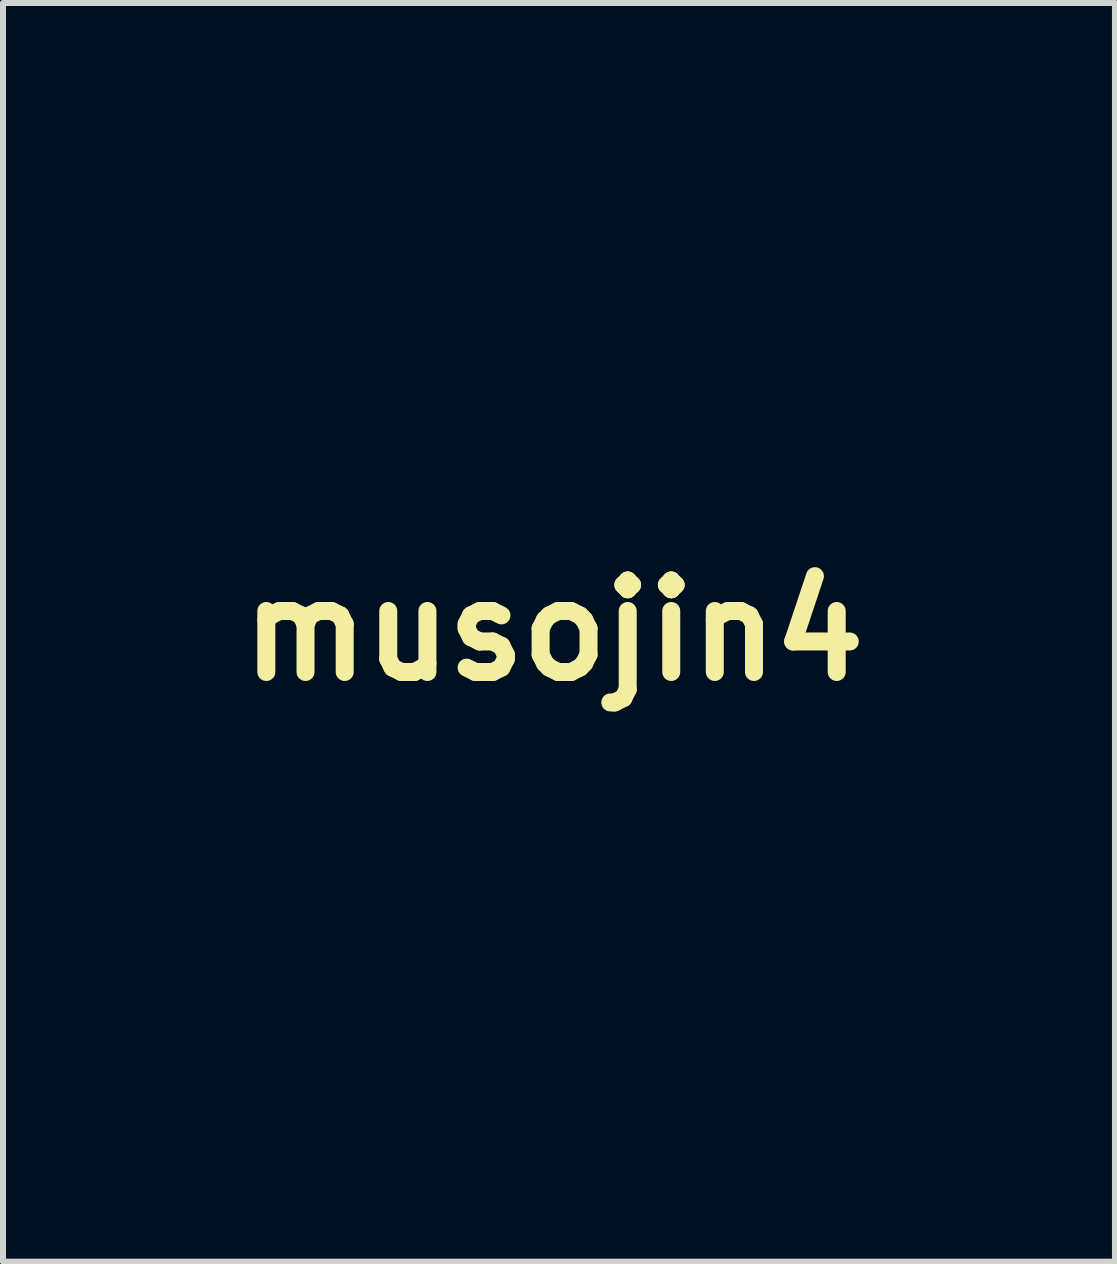
<source format=kicad_pcb>
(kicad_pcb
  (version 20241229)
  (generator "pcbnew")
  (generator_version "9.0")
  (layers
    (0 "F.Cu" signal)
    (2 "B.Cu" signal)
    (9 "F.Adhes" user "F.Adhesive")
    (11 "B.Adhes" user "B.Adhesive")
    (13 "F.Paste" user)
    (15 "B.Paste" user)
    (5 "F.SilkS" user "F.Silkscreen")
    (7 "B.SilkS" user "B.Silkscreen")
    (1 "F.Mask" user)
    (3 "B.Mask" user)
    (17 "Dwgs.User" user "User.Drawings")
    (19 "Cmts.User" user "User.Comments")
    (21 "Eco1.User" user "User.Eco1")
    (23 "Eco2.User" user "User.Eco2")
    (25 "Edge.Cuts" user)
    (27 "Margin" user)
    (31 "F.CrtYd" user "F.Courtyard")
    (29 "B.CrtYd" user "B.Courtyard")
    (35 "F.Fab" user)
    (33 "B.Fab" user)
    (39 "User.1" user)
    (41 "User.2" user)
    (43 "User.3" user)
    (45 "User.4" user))
  (footprint "musojin4"
    (layer "F.Cu")
    (at 6.179 7.461)
    (property "Reference" "musojin4" (at 0 0 0) (layer "F.SilkS") (effects (font (size 1.524 1.524) (thickness 0.3))))
    (attr through_hole)
    (fp_poly (pts (xy 4.798 6.858) (xy 4.865 6.858) (xy 4.91 6.863) (xy 4.928 6.873) (xy 4.919 6.886) (xy 4.884 6.897) (xy 4.858 6.9) (xy 4.796 6.905) (xy 4.796 7.035) (xy 4.798 7.116) (xy 4.805 7.17) (xy 4.821 7.2) (xy 4.847 7.211) (xy 4.887 7.206) (xy 4.923 7.195) (xy 4.938 7.192) (xy 4.931 7.203) (xy 4.911 7.223) (xy 4.857 7.254) (xy 4.797 7.26) (xy 4.744 7.244) (xy 4.721 7.228) (xy 4.706 7.21) (xy 4.697 7.182) (xy 4.693 7.137) (xy 4.692 7.071) (xy 4.692 7.049) (xy 4.692 6.905) (xy 4.594 6.895) (xy 4.654 6.864) (xy 4.714 6.817) (xy 4.751 6.767) (xy 4.789 6.701) (xy 4.798 6.858)) (stroke (width 0.01) (type solid)) (fill no) (layer "Eco2.User"))
    (fp_poly (pts (xy 4.474 6.874) (xy 4.515 6.898) (xy 4.537 6.93) (xy 4.539 6.954) (xy 4.525 6.984) (xy 4.499 6.99) (xy 4.468 6.975) (xy 4.44 6.941) (xy 4.407 6.9) (xy 4.375 6.888) (xy 4.345 6.905) (xy 4.325 6.94) (xy 4.307 6.997) (xy 4.306 7.052) (xy 4.319 7.116) (xy 4.345 7.17) (xy 4.383 7.202) (xy 4.427 7.212) (xy 4.471 7.198) (xy 4.508 7.16) (xy 4.51 7.156) (xy 4.532 7.124) (xy 4.548 7.113) (xy 4.553 7.125) (xy 4.549 7.146) (xy 4.519 7.199) (xy 4.469 7.237) (xy 4.406 7.256) (xy 4.338 7.255) (xy 4.292 7.24) (xy 4.236 7.2) (xy 4.2 7.146) (xy 4.185 7.082) (xy 4.191 7.017) (xy 4.216 6.956) (xy 4.262 6.905) (xy 4.302 6.881) (xy 4.361 6.864) (xy 4.42 6.862) (xy 4.474 6.874)) (stroke (width 0.01) (type solid)) (fill no) (layer "Eco2.User"))
    (fp_poly (pts (xy -1.26 6.864) (xy -1.192 6.885) (xy -1.138 6.924) (xy -1.101 6.98) (xy -1.087 7.049) (xy -1.087 7.052) (xy -1.1 7.12) (xy -1.137 7.178) (xy -1.192 7.223) (xy -1.258 7.252) (xy -1.33 7.26) (xy -1.403 7.246) (xy -1.413 7.241) (xy -1.475 7.199) (xy -1.512 7.139) (xy -1.524 7.072) (xy -1.522 7.061) (xy -1.402 7.061) (xy -1.398 7.102) (xy -1.38 7.164) (xy -1.352 7.207) (xy -1.316 7.227) (xy -1.277 7.223) (xy -1.246 7.2) (xy -1.226 7.16) (xy -1.217 7.102) (xy -1.218 7.038) (xy -1.229 6.979) (xy -1.249 6.938) (xy -1.287 6.901) (xy -1.324 6.892) (xy -1.357 6.906) (xy -1.382 6.941) (xy -1.398 6.993) (xy -1.402 7.061) (xy -1.522 7.061) (xy -1.513 6.993) (xy -1.48 6.933) (xy -1.423 6.891) (xy -1.415 6.887) (xy -1.336 6.864) (xy -1.26 6.864)) (stroke (width 0.01) (type solid)) (fill no) (layer "Eco2.User"))
    (fp_poly (pts (xy 5.269 6.864) (xy 5.337 6.885) (xy 5.392 6.924) (xy 5.428 6.98) (xy 5.443 7.049) (xy 5.443 7.052) (xy 5.429 7.12) (xy 5.392 7.178) (xy 5.338 7.223) (xy 5.271 7.252) (xy 5.199 7.26) (xy 5.127 7.246) (xy 5.116 7.241) (xy 5.054 7.199) (xy 5.017 7.139) (xy 5.005 7.072) (xy 5.007 7.061) (xy 5.127 7.061) (xy 5.131 7.102) (xy 5.149 7.164) (xy 5.178 7.207) (xy 5.214 7.227) (xy 5.252 7.223) (xy 5.283 7.2) (xy 5.303 7.16) (xy 5.313 7.102) (xy 5.312 7.038) (xy 5.3 6.979) (xy 5.28 6.938) (xy 5.242 6.901) (xy 5.205 6.892) (xy 5.173 6.906) (xy 5.147 6.941) (xy 5.131 6.993) (xy 5.127 7.061) (xy 5.007 7.061) (xy 5.016 6.993) (xy 5.05 6.933) (xy 5.107 6.891) (xy 5.115 6.887) (xy 5.194 6.864) (xy 5.269 6.864)) (stroke (width 0.01) (type solid)) (fill no) (layer "Eco2.User"))
    (fp_poly (pts (xy -1.594 6.869) (xy -1.567 6.896) (xy -1.558 6.932) (xy -1.569 6.966) (xy -1.588 6.983) (xy -1.612 6.991) (xy -1.635 6.976) (xy -1.643 6.966) (xy -1.666 6.935) (xy -1.678 6.914) (xy -1.69 6.906) (xy -1.713 6.922) (xy -1.727 6.942) (xy -1.737 6.973) (xy -1.743 7.021) (xy -1.746 7.082) (xy -1.748 7.146) (xy -1.747 7.186) (xy -1.743 7.209) (xy -1.732 7.222) (xy -1.715 7.23) (xy -1.712 7.231) (xy -1.684 7.244) (xy -1.673 7.254) (xy -1.687 7.257) (xy -1.724 7.26) (xy -1.777 7.261) (xy -1.8 7.261) (xy -1.858 7.26) (xy -1.902 7.256) (xy -1.925 7.251) (xy -1.927 7.248) (xy -1.915 7.234) (xy -1.899 7.228) (xy -1.881 7.216) (xy -1.871 7.19) (xy -1.865 7.14) (xy -1.865 7.14) (xy -1.862 7.047) (xy -1.866 6.973) (xy -1.876 6.921) (xy -1.894 6.894) (xy -1.9 6.892) (xy -1.926 6.881) (xy -1.925 6.87) (xy -1.9 6.862) (xy -1.855 6.858) (xy -1.845 6.858) (xy -1.798 6.859) (xy -1.773 6.865) (xy -1.764 6.877) (xy -1.763 6.888) (xy -1.759 6.912) (xy -1.754 6.918) (xy -1.737 6.909) (xy -1.709 6.889) (xy -1.707 6.888) (xy -1.67 6.866) (xy -1.635 6.858) (xy -1.594 6.869)) (stroke (width 0.01) (type solid)) (fill no) (layer "Eco2.User"))
    (fp_poly (pts (xy 1.126 6.869) (xy 1.152 6.896) (xy 1.162 6.932) (xy 1.15 6.966) (xy 1.131 6.983) (xy 1.107 6.991) (xy 1.085 6.976) (xy 1.076 6.966) (xy 1.053 6.935) (xy 1.041 6.914) (xy 1.03 6.906) (xy 1.007 6.922) (xy 0.992 6.942) (xy 0.983 6.973) (xy 0.977 7.021) (xy 0.973 7.082) (xy 0.971 7.146) (xy 0.972 7.186) (xy 0.977 7.209) (xy 0.987 7.222) (xy 1.004 7.23) (xy 1.007 7.231) (xy 1.035 7.244) (xy 1.046 7.254) (xy 1.032 7.257) (xy 0.995 7.26) (xy 0.942 7.261) (xy 0.919 7.261) (xy 0.861 7.26) (xy 0.818 7.256) (xy 0.794 7.251) (xy 0.792 7.248) (xy 0.804 7.234) (xy 0.82 7.228) (xy 0.838 7.216) (xy 0.848 7.19) (xy 0.854 7.14) (xy 0.854 7.14) (xy 0.858 7.047) (xy 0.854 6.973) (xy 0.843 6.921) (xy 0.825 6.894) (xy 0.82 6.892) (xy 0.794 6.881) (xy 0.795 6.87) (xy 0.819 6.862) (xy 0.864 6.858) (xy 0.874 6.858) (xy 0.922 6.859) (xy 0.946 6.865) (xy 0.955 6.877) (xy 0.956 6.888) (xy 0.96 6.912) (xy 0.965 6.918) (xy 0.982 6.909) (xy 1.01 6.889) (xy 1.012 6.888) (xy 1.05 6.866) (xy 1.084 6.858) (xy 1.126 6.869)) (stroke (width 0.01) (type solid)) (fill no) (layer "Eco2.User"))
    (fp_poly (pts (xy 5.832 6.869) (xy 5.859 6.896) (xy 5.868 6.932) (xy 5.857 6.966) (xy 5.837 6.983) (xy 5.814 6.991) (xy 5.791 6.976) (xy 5.782 6.966) (xy 5.76 6.935) (xy 5.748 6.914) (xy 5.736 6.906) (xy 5.713 6.922) (xy 5.699 6.942) (xy 5.689 6.973) (xy 5.683 7.021) (xy 5.68 7.082) (xy 5.678 7.146) (xy 5.678 7.186) (xy 5.683 7.209) (xy 5.693 7.222) (xy 5.711 7.23) (xy 5.714 7.231) (xy 5.742 7.244) (xy 5.752 7.254) (xy 5.739 7.257) (xy 5.702 7.26) (xy 5.649 7.261) (xy 5.625 7.261) (xy 5.568 7.26) (xy 5.524 7.256) (xy 5.501 7.251) (xy 5.498 7.248) (xy 5.511 7.234) (xy 5.527 7.228) (xy 5.544 7.216) (xy 5.555 7.19) (xy 5.561 7.14) (xy 5.561 7.14) (xy 5.564 7.047) (xy 5.56 6.973) (xy 5.549 6.921) (xy 5.532 6.894) (xy 5.526 6.892) (xy 5.5 6.881) (xy 5.501 6.87) (xy 5.526 6.862) (xy 5.571 6.858) (xy 5.581 6.858) (xy 5.628 6.859) (xy 5.653 6.865) (xy 5.662 6.877) (xy 5.663 6.888) (xy 5.666 6.912) (xy 5.672 6.918) (xy 5.688 6.909) (xy 5.717 6.889) (xy 5.718 6.888) (xy 5.756 6.866) (xy 5.791 6.858) (xy 5.832 6.869)) (stroke (width 0.01) (type solid)) (fill no) (layer "Eco2.User"))
    (fp_poly (pts (xy 1.483 6.87) (xy 1.54 6.902) (xy 1.58 6.949) (xy 1.598 7.004) (xy 1.599 7.014) (xy 1.598 7.032) (xy 1.591 7.043) (xy 1.573 7.049) (xy 1.537 7.052) (xy 1.479 7.052) (xy 1.462 7.052) (xy 1.326 7.052) (xy 1.336 7.1) (xy 1.357 7.154) (xy 1.392 7.195) (xy 1.435 7.215) (xy 1.448 7.217) (xy 1.487 7.209) (xy 1.531 7.19) (xy 1.536 7.187) (xy 1.574 7.164) (xy 1.592 7.159) (xy 1.592 7.17) (xy 1.585 7.185) (xy 1.558 7.211) (xy 1.512 7.235) (xy 1.457 7.254) (xy 1.404 7.261) (xy 1.4 7.261) (xy 1.354 7.253) (xy 1.307 7.234) (xy 1.305 7.233) (xy 1.266 7.203) (xy 1.235 7.171) (xy 1.234 7.17) (xy 1.216 7.123) (xy 1.211 7.063) (xy 1.219 7.005) (xy 1.335 7.005) (xy 1.341 7.018) (xy 1.365 7.022) (xy 1.405 7.022) (xy 1.454 7.019) (xy 1.481 7.009) (xy 1.49 6.998) (xy 1.489 6.963) (xy 1.471 6.926) (xy 1.443 6.898) (xy 1.426 6.891) (xy 1.39 6.9) (xy 1.359 6.932) (xy 1.339 6.981) (xy 1.335 7.005) (xy 1.219 7.005) (xy 1.219 7.002) (xy 1.235 6.963) (xy 1.275 6.918) (xy 1.332 6.882) (xy 1.393 6.86) (xy 1.418 6.858) (xy 1.483 6.87)) (stroke (width 0.01) (type solid)) (fill no) (layer "Eco2.User"))
    (fp_poly (pts (xy -3.164 -7.361) (xy -3.143 -7.348) (xy -3.105 -7.317) (xy -3.057 -7.273) (xy -3.002 -7.221) (xy -2.946 -7.164) (xy -2.892 -7.108) (xy -2.846 -7.058) (xy -2.812 -7.016) (xy -2.779 -6.973) (xy -2.663 -7.007) (xy -2.61 -7.024) (xy -2.536 -7.047) (xy -2.448 -7.075) (xy -2.354 -7.105) (xy -2.285 -7.127) (xy -2.148 -7.171) (xy -2.037 -7.202) (xy -1.954 -7.221) (xy -1.897 -7.228) (xy -1.866 -7.224) (xy -1.862 -7.22) (xy -1.869 -7.205) (xy -1.895 -7.177) (xy -1.934 -7.142) (xy -1.946 -7.133) (xy -2.009 -7.08) (xy -2.086 -7.01) (xy -2.169 -6.929) (xy -2.254 -6.843) (xy -2.334 -6.758) (xy -2.404 -6.68) (xy -2.445 -6.631) (xy -2.577 -6.473) (xy -2.703 -6.34) (xy -2.822 -6.233) (xy -2.932 -6.153) (xy -2.994 -6.118) (xy -3.047 -6.093) (xy -3.091 -6.075) (xy -3.12 -6.066) (xy -3.122 -6.066) (xy -3.141 -6.076) (xy -3.176 -6.104) (xy -3.223 -6.146) (xy -3.277 -6.199) (xy -3.297 -6.219) (xy -3.406 -6.336) (xy -3.489 -6.441) (xy -3.547 -6.534) (xy -3.582 -6.618) (xy -3.586 -6.633) (xy -3.595 -6.683) (xy -3.594 -6.728) (xy -3.582 -6.781) (xy -3.579 -6.794) (xy -3.535 -6.911) (xy -3.47 -7.031) (xy -3.382 -7.156) (xy -3.277 -7.283) (xy -3.235 -7.328) (xy -3.205 -7.353) (xy -3.182 -7.362) (xy -3.164 -7.361)) (stroke (width 0.01) (type solid)) (fill no) (layer "Eco2.User"))
    (fp_poly (pts (xy 1.888 6.861) (xy 1.939 6.873) (xy 1.979 6.895) (xy 1.991 6.909) (xy 1.996 6.931) (xy 2 6.974) (xy 2.002 7.031) (xy 2.002 7.047) (xy 2.003 7.122) (xy 2.008 7.171) (xy 2.017 7.201) (xy 2.032 7.214) (xy 2.049 7.217) (xy 2.072 7.223) (xy 2.077 7.231) (xy 2.064 7.243) (xy 2.03 7.252) (xy 1.987 7.257) (xy 1.944 7.256) (xy 1.91 7.249) (xy 1.906 7.247) (xy 1.868 7.236) (xy 1.841 7.245) (xy 1.783 7.261) (xy 1.725 7.249) (xy 1.707 7.238) (xy 1.68 7.205) (xy 1.673 7.165) (xy 1.677 7.149) (xy 1.777 7.149) (xy 1.784 7.195) (xy 1.804 7.214) (xy 1.835 7.213) (xy 1.866 7.194) (xy 1.874 7.183) (xy 1.889 7.147) (xy 1.897 7.099) (xy 1.898 7.086) (xy 1.898 7.022) (xy 1.841 7.057) (xy 1.796 7.099) (xy 1.777 7.149) (xy 1.677 7.149) (xy 1.682 7.121) (xy 1.711 7.085) (xy 1.763 7.053) (xy 1.814 7.031) (xy 1.864 7.006) (xy 1.888 6.978) (xy 1.892 6.969) (xy 1.892 6.927) (xy 1.873 6.9) (xy 1.844 6.89) (xy 1.812 6.9) (xy 1.79 6.929) (xy 1.765 6.96) (xy 1.734 6.972) (xy 1.706 6.965) (xy 1.691 6.937) (xy 1.691 6.936) (xy 1.7 6.905) (xy 1.73 6.882) (xy 1.777 6.867) (xy 1.832 6.859) (xy 1.888 6.861)) (stroke (width 0.01) (type solid)) (fill no) (layer "Eco2.User"))
    (fp_poly (pts (xy 3.935 6.861) (xy 3.986 6.873) (xy 4.026 6.895) (xy 4.038 6.909) (xy 4.043 6.931) (xy 4.047 6.974) (xy 4.049 7.031) (xy 4.049 7.047) (xy 4.05 7.122) (xy 4.055 7.171) (xy 4.064 7.201) (xy 4.079 7.214) (xy 4.095 7.217) (xy 4.119 7.223) (xy 4.124 7.231) (xy 4.111 7.243) (xy 4.077 7.252) (xy 4.034 7.257) (xy 3.991 7.256) (xy 3.957 7.249) (xy 3.953 7.247) (xy 3.915 7.236) (xy 3.888 7.245) (xy 3.83 7.261) (xy 3.772 7.249) (xy 3.754 7.238) (xy 3.727 7.205) (xy 3.72 7.165) (xy 3.724 7.149) (xy 3.824 7.149) (xy 3.831 7.195) (xy 3.851 7.214) (xy 3.881 7.213) (xy 3.912 7.194) (xy 3.921 7.183) (xy 3.936 7.147) (xy 3.944 7.099) (xy 3.944 7.086) (xy 3.944 7.022) (xy 3.888 7.057) (xy 3.843 7.099) (xy 3.824 7.149) (xy 3.724 7.149) (xy 3.729 7.121) (xy 3.758 7.085) (xy 3.81 7.053) (xy 3.861 7.031) (xy 3.911 7.006) (xy 3.935 6.978) (xy 3.939 6.969) (xy 3.939 6.927) (xy 3.92 6.9) (xy 3.89 6.89) (xy 3.859 6.9) (xy 3.837 6.929) (xy 3.812 6.96) (xy 3.781 6.972) (xy 3.753 6.965) (xy 3.738 6.937) (xy 3.738 6.936) (xy 3.747 6.905) (xy 3.777 6.882) (xy 3.824 6.867) (xy 3.879 6.859) (xy 3.935 6.861)) (stroke (width 0.01) (type solid)) (fill no) (layer "Eco2.User"))
    (fp_poly (pts (xy 0.258 6.636) (xy 0.273 6.637) (xy 0.379 6.64) (xy 0.46 6.647) (xy 0.522 6.659) (xy 0.571 6.676) (xy 0.611 6.702) (xy 0.648 6.736) (xy 0.653 6.741) (xy 0.704 6.815) (xy 0.729 6.899) (xy 0.73 6.986) (xy 0.708 7.069) (xy 0.664 7.144) (xy 0.597 7.205) (xy 0.59 7.209) (xy 0.563 7.226) (xy 0.538 7.238) (xy 0.51 7.246) (xy 0.475 7.251) (xy 0.426 7.255) (xy 0.357 7.257) (xy 0.274 7.259) (xy 0.172 7.26) (xy 0.098 7.259) (xy 0.052 7.256) (xy 0.031 7.25) (xy 0.03 7.248) (xy 0.042 7.234) (xy 0.058 7.232) (xy 0.081 7.228) (xy 0.098 7.213) (xy 0.11 7.184) (xy 0.119 7.136) (xy 0.125 7.065) (xy 0.126 7.041) (xy 0.271 7.041) (xy 0.273 7.123) (xy 0.277 7.178) (xy 0.283 7.207) (xy 0.285 7.211) (xy 0.317 7.228) (xy 0.364 7.231) (xy 0.417 7.22) (xy 0.465 7.198) (xy 0.519 7.148) (xy 0.552 7.082) (xy 0.567 6.997) (xy 0.568 6.962) (xy 0.558 6.863) (xy 0.528 6.783) (xy 0.481 6.722) (xy 0.418 6.685) (xy 0.348 6.672) (xy 0.276 6.671) (xy 0.272 6.931) (xy 0.271 7.041) (xy 0.126 7.041) (xy 0.129 6.99) (xy 0.133 6.883) (xy 0.133 6.803) (xy 0.129 6.745) (xy 0.12 6.706) (xy 0.105 6.683) (xy 0.085 6.671) (xy 0.082 6.67) (xy 0.054 6.658) (xy 0.045 6.646) (xy 0.059 6.64) (xy 0.101 6.637) (xy 0.168 6.635) (xy 0.258 6.636)) (stroke (width 0.01) (type solid)) (fill no) (layer "Eco2.User"))
    (fp_poly (pts (xy 6.308 6.859) (xy 6.34 6.862) (xy 6.35 6.866) (xy 6.34 6.881) (xy 6.315 6.905) (xy 6.313 6.907) (xy 6.287 6.941) (xy 6.257 7.003) (xy 6.221 7.092) (xy 6.208 7.127) (xy 6.179 7.205) (xy 6.15 7.28) (xy 6.124 7.343) (xy 6.104 7.387) (xy 6.104 7.389) (xy 6.066 7.448) (xy 6.02 7.49) (xy 5.971 7.513) (xy 5.926 7.514) (xy 5.888 7.491) (xy 5.879 7.479) (xy 5.863 7.445) (xy 5.87 7.415) (xy 5.871 7.412) (xy 5.898 7.386) (xy 5.932 7.385) (xy 5.964 7.41) (xy 5.97 7.418) (xy 5.992 7.445) (xy 6.008 7.456) (xy 6.026 7.443) (xy 6.05 7.412) (xy 6.073 7.373) (xy 6.09 7.333) (xy 6.096 7.307) (xy 6.089 7.275) (xy 6.072 7.224) (xy 6.048 7.161) (xy 6.019 7.092) (xy 5.988 7.025) (xy 5.958 6.966) (xy 5.933 6.922) (xy 5.917 6.9) (xy 5.894 6.879) (xy 5.887 6.867) (xy 5.901 6.863) (xy 5.937 6.86) (xy 5.99 6.858) (xy 6.01 6.858) (xy 6.07 6.859) (xy 6.104 6.861) (xy 6.117 6.865) (xy 6.113 6.873) (xy 6.099 6.885) (xy 6.064 6.912) (xy 6.101 7.014) (xy 6.122 7.066) (xy 6.14 7.107) (xy 6.152 7.129) (xy 6.153 7.13) (xy 6.165 7.125) (xy 6.183 7.093) (xy 6.199 7.051) (xy 6.22 6.983) (xy 6.229 6.937) (xy 6.225 6.909) (xy 6.209 6.895) (xy 6.201 6.892) (xy 6.173 6.881) (xy 6.173 6.871) (xy 6.197 6.863) (xy 6.243 6.858) (xy 6.26 6.858) (xy 6.308 6.859)) (stroke (width 0.01) (type solid)) (fill no) (layer "Eco2.User"))
    (fp_poly (pts (xy -1.937 6.69) (xy -1.929 6.748) (xy -1.928 6.78) (xy -1.936 6.786) (xy -1.955 6.77) (xy -1.973 6.75) (xy -2.035 6.697) (xy -2.112 6.669) (xy -2.189 6.666) (xy -2.249 6.671) (xy -2.253 6.795) (xy -2.255 6.855) (xy -2.253 6.892) (xy -2.248 6.91) (xy -2.237 6.917) (xy -2.226 6.918) (xy -2.171 6.904) (xy -2.129 6.864) (xy -2.115 6.839) (xy -2.105 6.818) (xy -2.099 6.813) (xy -2.096 6.826) (xy -2.094 6.862) (xy -2.093 6.924) (xy -2.093 6.93) (xy -2.094 7) (xy -2.098 7.044) (xy -2.105 7.06) (xy -2.107 7.06) (xy -2.12 7.038) (xy -2.122 7.029) (xy -2.134 6.997) (xy -2.165 6.967) (xy -2.204 6.95) (xy -2.219 6.948) (xy -2.241 6.95) (xy -2.252 6.962) (xy -2.257 6.992) (xy -2.258 7.026) (xy -2.259 7.11) (xy -2.254 7.169) (xy -2.242 7.206) (xy -2.221 7.225) (xy -2.191 7.231) (xy -2.187 7.232) (xy -2.16 7.237) (xy -2.152 7.246) (xy -2.166 7.253) (xy -2.206 7.258) (xy -2.269 7.261) (xy -2.32 7.261) (xy -2.391 7.261) (xy -2.437 7.259) (xy -2.46 7.256) (xy -2.463 7.251) (xy -2.451 7.243) (xy -2.451 7.242) (xy -2.429 7.226) (xy -2.413 7.198) (xy -2.402 7.155) (xy -2.396 7.094) (xy -2.392 7.009) (xy -2.392 6.948) (xy -2.392 6.85) (xy -2.395 6.779) (xy -2.401 6.729) (xy -2.412 6.697) (xy -2.428 6.678) (xy -2.45 6.669) (xy -2.452 6.669) (xy -2.489 6.659) (xy -2.497 6.651) (xy -2.476 6.644) (xy -2.428 6.639) (xy -2.353 6.635) (xy -2.252 6.634) (xy -2.221 6.634) (xy -1.946 6.634) (xy -1.937 6.69)) (stroke (width 0.01) (type solid)) (fill no) (layer "Eco2.User"))
    (fp_poly (pts (xy 3.711 6.69) (xy 3.719 6.748) (xy 3.72 6.78) (xy 3.711 6.786) (xy 3.692 6.77) (xy 3.675 6.75) (xy 3.613 6.697) (xy 3.536 6.669) (xy 3.459 6.666) (xy 3.399 6.671) (xy 3.395 6.795) (xy 3.393 6.855) (xy 3.394 6.892) (xy 3.4 6.91) (xy 3.41 6.917) (xy 3.422 6.918) (xy 3.477 6.904) (xy 3.519 6.864) (xy 3.533 6.839) (xy 3.542 6.818) (xy 3.549 6.813) (xy 3.552 6.826) (xy 3.554 6.862) (xy 3.555 6.924) (xy 3.555 6.93) (xy 3.554 7) (xy 3.55 7.044) (xy 3.543 7.06) (xy 3.541 7.06) (xy 3.527 7.038) (xy 3.526 7.029) (xy 3.513 6.997) (xy 3.482 6.967) (xy 3.444 6.95) (xy 3.429 6.948) (xy 3.407 6.95) (xy 3.396 6.962) (xy 3.391 6.992) (xy 3.389 7.026) (xy 3.389 7.11) (xy 3.394 7.169) (xy 3.406 7.206) (xy 3.426 7.225) (xy 3.457 7.231) (xy 3.461 7.232) (xy 3.488 7.237) (xy 3.496 7.246) (xy 3.482 7.253) (xy 3.441 7.258) (xy 3.378 7.261) (xy 3.328 7.261) (xy 3.256 7.261) (xy 3.211 7.259) (xy 3.188 7.256) (xy 3.184 7.251) (xy 3.196 7.243) (xy 3.197 7.242) (xy 3.219 7.226) (xy 3.235 7.198) (xy 3.246 7.155) (xy 3.252 7.094) (xy 3.255 7.009) (xy 3.256 6.948) (xy 3.256 6.85) (xy 3.253 6.779) (xy 3.246 6.729) (xy 3.236 6.697) (xy 3.22 6.678) (xy 3.198 6.669) (xy 3.195 6.669) (xy 3.159 6.659) (xy 3.151 6.651) (xy 3.171 6.644) (xy 3.22 6.639) (xy 3.295 6.635) (xy 3.396 6.634) (xy 3.427 6.634) (xy 3.702 6.634) (xy 3.711 6.69)) (stroke (width 0.01) (type solid)) (fill no) (layer "Eco2.User"))
    (fp_poly (pts (xy 4.987 -1.959) (xy 4.984 -1.927) (xy 4.982 -1.916) (xy 4.97 -1.886) (xy 4.943 -1.833) (xy 4.901 -1.758) (xy 4.846 -1.663) (xy 4.778 -1.551) (xy 4.698 -1.421) (xy 4.607 -1.277) (xy 4.507 -1.12) (xy 4.415 -0.979) (xy 4.362 -0.893) (xy 4.308 -0.802) (xy 4.258 -0.713) (xy 4.217 -0.636) (xy 4.206 -0.613) (xy 4.112 -0.42) (xy 4.007 -0.212) (xy 3.895 0.003) (xy 3.779 0.217) (xy 3.665 0.421) (xy 3.557 0.607) (xy 3.551 0.617) (xy 3.508 0.691) (xy 3.468 0.76) (xy 3.436 0.82) (xy 3.413 0.863) (xy 3.409 0.872) (xy 3.355 0.962) (xy 3.284 1.034) (xy 3.225 1.071) (xy 3.164 1.099) (xy 3.119 1.112) (xy 3.082 1.108) (xy 3.043 1.089) (xy 3.017 1.07) (xy 2.896 0.968) (xy 2.805 0.862) (xy 2.744 0.753) (xy 2.711 0.639) (xy 2.707 0.595) (xy 2.705 0.558) (xy 2.706 0.527) (xy 2.711 0.497) (xy 2.722 0.462) (xy 2.741 0.416) (xy 2.769 0.356) (xy 2.808 0.275) (xy 2.816 0.259) (xy 2.856 0.177) (xy 2.892 0.1) (xy 2.922 0.034) (xy 2.944 -0.015) (xy 2.953 -0.037) (xy 2.972 -0.098) (xy 2.993 -0.182) (xy 3.015 -0.284) (xy 3.038 -0.4) (xy 3.061 -0.525) (xy 3.083 -0.656) (xy 3.103 -0.787) (xy 3.122 -0.915) (xy 3.137 -1.036) (xy 3.15 -1.144) (xy 3.158 -1.236) (xy 3.161 -1.308) (xy 3.159 -1.353) (xy 3.157 -1.403) (xy 3.169 -1.426) (xy 3.197 -1.425) (xy 3.226 -1.409) (xy 3.347 -1.33) (xy 3.446 -1.259) (xy 3.528 -1.192) (xy 3.598 -1.125) (xy 3.662 -1.052) (xy 3.724 -0.969) (xy 3.784 -0.879) (xy 3.822 -0.822) (xy 3.853 -0.775) (xy 3.875 -0.744) (xy 3.885 -0.734) (xy 3.899 -0.746) (xy 3.931 -0.777) (xy 3.978 -0.827) (xy 4.039 -0.892) (xy 4.11 -0.97) (xy 4.19 -1.06) (xy 4.277 -1.158) (xy 4.369 -1.262) (xy 4.463 -1.369) (xy 4.558 -1.479) (xy 4.652 -1.587) (xy 4.741 -1.692) (xy 4.823 -1.789) (xy 4.876 -1.851) (xy 4.921 -1.904) (xy 4.957 -1.944) (xy 4.979 -1.968) (xy 4.984 -1.972) (xy 4.987 -1.959)) (stroke (width 0.01) (type solid)) (fill no) (layer "Eco2.User"))
    (fp_poly (pts (xy -0.874 -7.452) (xy -0.825 -7.441) (xy -0.759 -7.424) (xy -0.682 -7.403) (xy -0.633 -7.389) (xy -0.542 -7.362) (xy -0.474 -7.34) (xy -0.422 -7.321) (xy -0.379 -7.3) (xy -0.34 -7.276) (xy -0.3 -7.247) (xy -0.242 -7.201) (xy -0.176 -7.142) (xy -0.113 -7.081) (xy -0.092 -7.061) (xy -0.018 -6.973) (xy 0.029 -6.895) (xy 0.05 -6.825) (xy 0.043 -6.76) (xy 0.01 -6.7) (xy -0.034 -6.653) (xy -0.061 -6.631) (xy -0.095 -6.607) (xy -0.137 -6.58) (xy -0.192 -6.547) (xy -0.261 -6.507) (xy -0.347 -6.459) (xy -0.454 -6.401) (xy -0.584 -6.332) (xy -0.62 -6.313) (xy -0.71 -6.264) (xy -0.791 -6.221) (xy -0.86 -6.184) (xy -0.912 -6.156) (xy -0.944 -6.139) (xy -0.953 -6.134) (xy -0.941 -6.127) (xy -0.907 -6.11) (xy -0.853 -6.086) (xy -0.784 -6.056) (xy -0.714 -6.025) (xy -0.471 -5.921) (xy -0.452 -5.848) (xy -0.442 -5.802) (xy -0.439 -5.767) (xy -0.44 -5.757) (xy -0.457 -5.744) (xy -0.499 -5.726) (xy -0.562 -5.703) (xy -0.641 -5.677) (xy -0.733 -5.649) (xy -0.833 -5.621) (xy -0.936 -5.594) (xy -0.994 -5.58) (xy -1.137 -5.548) (xy -1.293 -5.517) (xy -1.46 -5.487) (xy -1.634 -5.459) (xy -1.813 -5.433) (xy -1.993 -5.41) (xy -2.171 -5.389) (xy -2.344 -5.371) (xy -2.509 -5.356) (xy -2.664 -5.345) (xy -2.803 -5.338) (xy -2.926 -5.336) (xy -3.028 -5.338) (xy -3.107 -5.344) (xy -3.156 -5.355) (xy -3.227 -5.391) (xy -3.273 -5.44) (xy -3.297 -5.507) (xy -3.302 -5.572) (xy -3.3 -5.613) (xy -3.293 -5.647) (xy -3.277 -5.678) (xy -3.249 -5.707) (xy -3.207 -5.736) (xy -3.148 -5.767) (xy -3.069 -5.803) (xy -2.966 -5.846) (xy -2.88 -5.88) (xy -2.729 -5.943) (xy -2.568 -6.013) (xy -2.403 -6.089) (xy -2.24 -6.168) (xy -2.085 -6.246) (xy -1.943 -6.322) (xy -1.821 -6.391) (xy -1.766 -6.425) (xy -1.603 -6.532) (xy -1.446 -6.647) (xy -1.3 -6.762) (xy -1.175 -6.874) (xy -1.16 -6.888) (xy -1.028 -7.015) (xy -1.119 -7.108) (xy -1.17 -7.156) (xy -1.223 -7.199) (xy -1.268 -7.228) (xy -1.276 -7.233) (xy -1.317 -7.255) (xy -1.345 -7.277) (xy -1.351 -7.286) (xy -1.35 -7.322) (xy -1.326 -7.358) (xy -1.297 -7.377) (xy -1.269 -7.387) (xy -1.218 -7.4) (xy -1.154 -7.414) (xy -1.083 -7.428) (xy -1.014 -7.441) (xy -0.953 -7.45) (xy -0.909 -7.455) (xy -0.899 -7.456) (xy -0.874 -7.452)) (stroke (width 0.01) (type solid)) (fill no) (layer "Eco2.User"))
    (fp_poly (pts (xy -0.876 6.859) (xy -0.849 6.864) (xy -0.838 6.875) (xy -0.837 6.888) (xy -0.832 6.913) (xy -0.816 6.913) (xy -0.79 6.894) (xy -0.745 6.87) (xy -0.69 6.862) (xy -0.638 6.87) (xy -0.614 6.884) (xy -0.59 6.901) (xy -0.569 6.904) (xy -0.54 6.893) (xy -0.525 6.885) (xy -0.459 6.862) (xy -0.399 6.861) (xy -0.351 6.881) (xy -0.344 6.888) (xy -0.329 6.907) (xy -0.32 6.933) (xy -0.315 6.973) (xy -0.314 7.033) (xy -0.314 7.051) (xy -0.313 7.129) (xy -0.309 7.182) (xy -0.301 7.214) (xy -0.288 7.229) (xy -0.275 7.232) (xy -0.256 7.24) (xy -0.254 7.246) (xy -0.268 7.254) (xy -0.306 7.259) (xy -0.361 7.261) (xy -0.366 7.261) (xy -0.426 7.259) (xy -0.464 7.253) (xy -0.479 7.244) (xy -0.469 7.234) (xy -0.448 7.227) (xy -0.434 7.221) (xy -0.425 7.209) (xy -0.421 7.184) (xy -0.42 7.142) (xy -0.421 7.075) (xy -0.422 7.074) (xy -0.425 7.004) (xy -0.429 6.958) (xy -0.437 6.93) (xy -0.448 6.915) (xy -0.452 6.912) (xy -0.48 6.904) (xy -0.515 6.916) (xy -0.519 6.918) (xy -0.541 6.933) (xy -0.555 6.953) (xy -0.563 6.986) (xy -0.57 7.04) (xy -0.572 7.053) (xy -0.576 7.138) (xy -0.568 7.195) (xy -0.549 7.226) (xy -0.531 7.232) (xy -0.511 7.239) (xy -0.508 7.246) (xy -0.522 7.254) (xy -0.56 7.259) (xy -0.615 7.261) (xy -0.62 7.261) (xy -0.682 7.259) (xy -0.72 7.253) (xy -0.733 7.243) (xy -0.719 7.23) (xy -0.71 7.226) (xy -0.699 7.216) (xy -0.692 7.192) (xy -0.689 7.15) (xy -0.687 7.084) (xy -0.687 7.067) (xy -0.689 6.99) (xy -0.694 6.939) (xy -0.706 6.911) (xy -0.726 6.902) (xy -0.756 6.909) (xy -0.77 6.915) (xy -0.802 6.946) (xy -0.824 7.003) (xy -0.835 7.085) (xy -0.837 7.132) (xy -0.835 7.182) (xy -0.829 7.21) (xy -0.817 7.224) (xy -0.807 7.227) (xy -0.779 7.238) (xy -0.779 7.248) (xy -0.803 7.256) (xy -0.85 7.261) (xy -0.889 7.261) (xy -0.945 7.26) (xy -0.985 7.255) (xy -1.001 7.247) (xy -1.001 7.246) (xy -0.989 7.233) (xy -0.979 7.232) (xy -0.96 7.217) (xy -0.948 7.174) (xy -0.943 7.102) (xy -0.944 7.022) (xy -0.948 6.964) (xy -0.953 6.928) (xy -0.963 6.908) (xy -0.979 6.897) (xy -0.982 6.896) (xy -1.011 6.879) (xy -1.01 6.867) (xy -0.98 6.86) (xy -0.926 6.858) (xy -0.876 6.859)) (stroke (width 0.01) (type solid)) (fill no) (layer "Eco2.User"))
    (fp_poly (pts (xy 2.246 6.859) (xy 2.273 6.864) (xy 2.284 6.875) (xy 2.286 6.888) (xy 2.291 6.913) (xy 2.307 6.913) (xy 2.332 6.894) (xy 2.377 6.87) (xy 2.432 6.862) (xy 2.485 6.87) (xy 2.509 6.884) (xy 2.533 6.901) (xy 2.553 6.904) (xy 2.582 6.893) (xy 2.598 6.885) (xy 2.663 6.862) (xy 2.724 6.861) (xy 2.772 6.881) (xy 2.779 6.888) (xy 2.794 6.907) (xy 2.803 6.933) (xy 2.807 6.973) (xy 2.809 7.033) (xy 2.809 7.051) (xy 2.81 7.129) (xy 2.814 7.182) (xy 2.822 7.214) (xy 2.835 7.229) (xy 2.848 7.232) (xy 2.867 7.24) (xy 2.869 7.246) (xy 2.855 7.254) (xy 2.817 7.259) (xy 2.762 7.261) (xy 2.757 7.261) (xy 2.697 7.259) (xy 2.659 7.253) (xy 2.643 7.244) (xy 2.654 7.234) (xy 2.675 7.227) (xy 2.689 7.221) (xy 2.698 7.209) (xy 2.702 7.184) (xy 2.703 7.142) (xy 2.701 7.075) (xy 2.701 7.074) (xy 2.698 7.004) (xy 2.693 6.958) (xy 2.686 6.93) (xy 2.674 6.915) (xy 2.671 6.912) (xy 2.643 6.904) (xy 2.608 6.916) (xy 2.603 6.918) (xy 2.582 6.933) (xy 2.568 6.953) (xy 2.559 6.986) (xy 2.552 7.04) (xy 2.551 7.053) (xy 2.547 7.138) (xy 2.554 7.195) (xy 2.574 7.226) (xy 2.592 7.232) (xy 2.612 7.239) (xy 2.615 7.246) (xy 2.601 7.254) (xy 2.563 7.259) (xy 2.508 7.261) (xy 2.503 7.261) (xy 2.441 7.259) (xy 2.402 7.253) (xy 2.389 7.243) (xy 2.404 7.23) (xy 2.413 7.226) (xy 2.424 7.216) (xy 2.43 7.192) (xy 2.434 7.15) (xy 2.435 7.084) (xy 2.435 7.067) (xy 2.434 6.99) (xy 2.428 6.939) (xy 2.417 6.911) (xy 2.397 6.902) (xy 2.367 6.909) (xy 2.353 6.915) (xy 2.321 6.946) (xy 2.299 7.003) (xy 2.287 7.085) (xy 2.286 7.132) (xy 2.287 7.182) (xy 2.293 7.21) (xy 2.306 7.224) (xy 2.316 7.227) (xy 2.344 7.238) (xy 2.344 7.248) (xy 2.32 7.256) (xy 2.273 7.261) (xy 2.234 7.261) (xy 2.177 7.26) (xy 2.138 7.255) (xy 2.122 7.247) (xy 2.122 7.246) (xy 2.134 7.233) (xy 2.143 7.232) (xy 2.163 7.217) (xy 2.175 7.174) (xy 2.18 7.102) (xy 2.179 7.022) (xy 2.175 6.964) (xy 2.17 6.928) (xy 2.16 6.908) (xy 2.143 6.897) (xy 2.14 6.896) (xy 2.112 6.879) (xy 2.112 6.867) (xy 2.143 6.86) (xy 2.196 6.858) (xy 2.246 6.859)) (stroke (width 0.01) (type solid)) (fill no) (layer "Eco2.User"))
    (fp_poly (pts (xy 5.169 -2.241) (xy 5.241 -2.238) (xy 5.28 -2.237) (xy 5.449 -2.224) (xy 5.593 -2.2) (xy 5.715 -2.162) (xy 5.817 -2.11) (xy 5.903 -2.043) (xy 5.908 -2.038) (xy 5.964 -1.974) (xy 6.001 -1.905) (xy 6.021 -1.825) (xy 6.028 -1.725) (xy 6.028 -1.711) (xy 6.026 -1.663) (xy 6.023 -1.617) (xy 6.015 -1.57) (xy 6.004 -1.518) (xy 5.987 -1.458) (xy 5.963 -1.386) (xy 5.932 -1.3) (xy 5.892 -1.194) (xy 5.843 -1.066) (xy 5.809 -0.98) (xy 5.757 -0.846) (xy 5.714 -0.734) (xy 5.679 -0.639) (xy 5.649 -0.553) (xy 5.623 -0.473) (xy 5.6 -0.392) (xy 5.576 -0.305) (xy 5.55 -0.206) (xy 5.543 -0.179) (xy 5.523 -0.092) (xy 5.499 0.021) (xy 5.472 0.156) (xy 5.443 0.31) (xy 5.412 0.478) (xy 5.38 0.656) (xy 5.348 0.842) (xy 5.317 1.03) (xy 5.286 1.218) (xy 5.257 1.402) (xy 5.23 1.577) (xy 5.206 1.741) (xy 5.186 1.888) (xy 5.178 1.95) (xy 5.171 2.013) (xy 5.162 2.1) (xy 5.151 2.207) (xy 5.14 2.329) (xy 5.128 2.461) (xy 5.116 2.598) (xy 5.105 2.735) (xy 5.094 2.866) (xy 5.084 2.987) (xy 5.076 3.093) (xy 5.072 3.153) (xy 5.062 3.282) (xy 5.048 3.388) (xy 5.03 3.475) (xy 5.005 3.549) (xy 4.974 3.616) (xy 4.952 3.653) (xy 4.88 3.748) (xy 4.793 3.823) (xy 4.688 3.879) (xy 4.563 3.917) (xy 4.416 3.938) (xy 4.273 3.944) (xy 4.19 3.943) (xy 4.128 3.94) (xy 4.081 3.934) (xy 4.042 3.924) (xy 4.004 3.91) (xy 3.879 3.843) (xy 3.758 3.747) (xy 3.64 3.621) (xy 3.527 3.467) (xy 3.418 3.283) (xy 3.313 3.069) (xy 3.212 2.826) (xy 3.128 2.595) (xy 3.092 2.479) (xy 3.07 2.39) (xy 3.064 2.326) (xy 3.072 2.288) (xy 3.084 2.277) (xy 3.102 2.283) (xy 3.14 2.305) (xy 3.193 2.339) (xy 3.256 2.385) (xy 3.289 2.409) (xy 3.448 2.525) (xy 3.591 2.619) (xy 3.721 2.695) (xy 3.843 2.752) (xy 3.959 2.794) (xy 4.054 2.818) (xy 4.149 2.832) (xy 4.223 2.829) (xy 4.284 2.807) (xy 4.327 2.773) (xy 4.34 2.76) (xy 4.351 2.748) (xy 4.36 2.733) (xy 4.369 2.713) (xy 4.377 2.685) (xy 4.386 2.645) (xy 4.395 2.59) (xy 4.407 2.517) (xy 4.421 2.423) (xy 4.439 2.305) (xy 4.453 2.211) (xy 4.482 2.019) (xy 4.507 1.854) (xy 4.529 1.711) (xy 4.548 1.589) (xy 4.565 1.483) (xy 4.581 1.391) (xy 4.596 1.309) (xy 4.611 1.234) (xy 4.626 1.163) (xy 4.641 1.093) (xy 4.658 1.02) (xy 4.663 1.001) (xy 4.711 0.798) (xy 4.754 0.621) (xy 4.791 0.466) (xy 4.823 0.332) (xy 4.852 0.213) (xy 4.877 0.107) (xy 4.901 0.012) (xy 4.922 -0.077) (xy 4.932 -0.12) (xy 4.963 -0.244) (xy 4.997 -0.384) (xy 5.035 -0.536) (xy 5.074 -0.693) (xy 5.114 -0.852) (xy 5.153 -1.007) (xy 5.189 -1.153) (xy 5.223 -1.286) (xy 5.252 -1.399) (xy 5.275 -1.488) (xy 5.275 -1.489) (xy 5.302 -1.6) (xy 5.321 -1.689) (xy 5.331 -1.762) (xy 5.334 -1.825) (xy 5.334 -1.826) (xy 5.333 -1.935) (xy 5.177 -2.031) (xy 5.109 -2.074) (xy 5.058 -2.111) (xy 5.028 -2.138) (xy 5.02 -2.151) (xy 5.028 -2.18) (xy 5.045 -2.21) (xy 5.055 -2.224) (xy 5.068 -2.233) (xy 5.088 -2.239) (xy 5.12 -2.241) (xy 5.169 -2.241)) (stroke (width 0.01) (type solid)) (fill no) (layer "Eco2.User"))
    (fp_poly (pts (xy -0.452 -5.247) (xy -0.385 -5.243) (xy -0.324 -5.237) (xy -0.262 -5.227) (xy -0.189 -5.212) (xy -0.172 -5.208) (xy -0.089 -5.189) (xy -0.007 -5.168) (xy 0.065 -5.147) (xy 0.117 -5.129) (xy 0.177 -5.101) (xy 0.246 -5.064) (xy 0.317 -5.021) (xy 0.382 -4.979) (xy 0.434 -4.94) (xy 0.465 -4.911) (xy 0.501 -4.851) (xy 0.524 -4.772) (xy 0.536 -4.669) (xy 0.538 -4.595) (xy 0.526 -4.417) (xy 0.492 -4.258) (xy 0.436 -4.119) (xy 0.358 -4) (xy 0.258 -3.902) (xy 0.137 -3.824) (xy -0.006 -3.767) (xy -0.17 -3.731) (xy -0.355 -3.715) (xy -0.37 -3.715) (xy -0.449 -3.715) (xy -0.51 -3.719) (xy -0.564 -3.728) (xy -0.621 -3.743) (xy -0.653 -3.753) (xy -0.717 -3.774) (xy -0.776 -3.79) (xy -0.834 -3.802) (xy -0.894 -3.81) (xy -0.961 -3.814) (xy -1.038 -3.814) (xy -1.128 -3.81) (xy -1.237 -3.803) (xy -1.366 -3.791) (xy -1.521 -3.777) (xy -1.556 -3.773) (xy -1.825 -3.747) (xy -2.067 -3.723) (xy -2.283 -3.702) (xy -2.473 -3.684) (xy -2.641 -3.668) (xy -2.788 -3.655) (xy -2.916 -3.644) (xy -3.026 -3.635) (xy -3.12 -3.628) (xy -3.2 -3.623) (xy -3.268 -3.62) (xy -3.324 -3.619) (xy -3.372 -3.619) (xy -3.413 -3.621) (xy -3.448 -3.625) (xy -3.479 -3.629) (xy -3.509 -3.635) (xy -3.538 -3.642) (xy -3.556 -3.647) (xy -3.678 -3.689) (xy -3.786 -3.751) (xy -3.883 -3.834) (xy -3.972 -3.942) (xy -4.046 -4.06) (xy -4.063 -4.092) (xy -3.396 -4.092) (xy -3.316 -4.011) (xy -3.284 -3.978) (xy -3.258 -3.955) (xy -3.232 -3.941) (xy -3.201 -3.934) (xy -3.159 -3.933) (xy -3.101 -3.937) (xy -3.021 -3.947) (xy -2.98 -3.951) (xy -2.908 -3.961) (xy -2.845 -3.969) (xy -2.798 -3.977) (xy -2.775 -3.983) (xy -2.753 -3.997) (xy -2.743 -4.022) (xy -2.744 -4.061) (xy -2.757 -4.118) (xy -2.782 -4.197) (xy -2.8 -4.247) (xy -2.828 -4.327) (xy -2.855 -4.406) (xy -2.878 -4.475) (xy -2.893 -4.526) (xy -2.893 -4.526) (xy -2.915 -4.587) (xy -2.938 -4.625) (xy -2.948 -4.634) (xy -2.992 -4.644) (xy -3.051 -4.64) (xy -3.115 -4.624) (xy -3.174 -4.597) (xy -3.189 -4.588) (xy -3.234 -4.544) (xy -3.28 -4.478) (xy -3.322 -4.399) (xy -3.357 -4.313) (xy -3.381 -4.23) (xy -3.388 -4.183) (xy -3.396 -4.092) (xy -4.063 -4.092) (xy -4.146 -4.255) (xy -4.218 -4.441) (xy -4.263 -4.619) (xy -4.279 -4.786) (xy -4.272 -4.921) (xy -4.26 -4.992) (xy -4.247 -5.042) (xy -4.23 -5.081) (xy -4.207 -5.114) (xy -4.164 -5.166) (xy -4.129 -5.193) (xy -4.099 -5.198) (xy -4.09 -5.195) (xy -4.075 -5.18) (xy -4.05 -5.142) (xy -4.018 -5.087) (xy -3.982 -5.021) (xy -3.968 -4.995) (xy -3.889 -4.852) (xy -3.815 -4.737) (xy -3.745 -4.65) (xy -3.683 -4.594) (xy -3.629 -4.552) (xy -3.605 -4.588) (xy -3.583 -4.616) (xy -3.547 -4.656) (xy -3.506 -4.697) (xy -2.428 -4.697) (xy -2.424 -4.608) (xy -2.406 -4.476) (xy -2.366 -4.351) (xy -2.307 -4.241) (xy -2.268 -4.19) (xy -2.22 -4.135) (xy -2.126 -4.145) (xy -2.07 -4.152) (xy -2.023 -4.161) (xy -1.998 -4.167) (xy -1.974 -4.187) (xy -1.95 -4.219) (xy -1.27 -4.219) (xy -1.259 -4.205) (xy -1.223 -4.198) (xy -1.206 -4.197) (xy -1.158 -4.193) (xy -1.095 -4.181) (xy -1.046 -4.169) (xy -0.973 -4.154) (xy -0.889 -4.144) (xy -0.829 -4.141) (xy -0.71 -4.14) (xy -0.56 -4.305) (xy -0.486 -4.388) (xy -0.429 -4.452) (xy -0.388 -4.501) (xy -0.36 -4.539) (xy -0.343 -4.57) (xy -0.333 -4.596) (xy -0.329 -4.623) (xy -0.329 -4.647) (xy -0.343 -4.732) (xy -0.37 -4.797) (xy -0.386 -4.828) (xy -0.4 -4.852) (xy -0.418 -4.869) (xy -0.444 -4.882) (xy -0.483 -4.892) (xy -0.538 -4.902) (xy -0.616 -4.914) (xy -0.679 -4.923) (xy -0.766 -4.934) (xy -0.834 -4.938) (xy -0.897 -4.937) (xy -0.963 -4.93) (xy -1.019 -4.921) (xy -1.063 -4.914) (xy -1.088 -4.908) (xy -1.09 -4.907) (xy -1.093 -4.89) (xy -1.096 -4.85) (xy -1.099 -4.794) (xy -1.1 -4.752) (xy -1.105 -4.675) (xy -1.113 -4.597) (xy -1.124 -4.531) (xy -1.128 -4.511) (xy -1.146 -4.453) (xy -1.17 -4.391) (xy -1.197 -4.33) (xy -1.223 -4.279) (xy -1.246 -4.245) (xy -1.255 -4.236) (xy -1.27 -4.219) (xy -1.95 -4.219) (xy -1.941 -4.229) (xy -1.904 -4.288) (xy -1.864 -4.357) (xy -1.827 -4.432) (xy -1.797 -4.501) (xy -1.777 -4.555) (xy -1.76 -4.617) (xy -1.745 -4.679) (xy -1.736 -4.733) (xy -1.732 -4.772) (xy -1.736 -4.789) (xy -1.752 -4.789) (xy -1.794 -4.785) (xy -1.857 -4.778) (xy -1.937 -4.768) (xy -2.029 -4.755) (xy -2.086 -4.747) (xy -2.428 -4.697) (xy -3.506 -4.697) (xy -3.503 -4.701) (xy -3.495 -4.708) (xy -3.395 -4.789) (xy -3.269 -4.863) (xy -3.12 -4.929) (xy -2.956 -4.984) (xy -2.844 -5.012) (xy -2.706 -5.041) (xy -2.546 -5.07) (xy -2.368 -5.098) (xy -2.176 -5.125) (xy -1.973 -5.151) (xy -1.765 -5.174) (xy -1.554 -5.195) (xy -1.345 -5.213) (xy -1.141 -5.228) (xy -0.948 -5.24) (xy -0.767 -5.246) (xy -0.635 -5.249) (xy -0.532 -5.249) (xy -0.452 -5.247)) (stroke (width 0.01) (type solid)) (fill no) (layer "Eco2.User"))
    (fp_poly (pts (xy -4.797 -3.686) (xy -4.751 -3.665) (xy -4.687 -3.623) (xy -4.609 -3.563) (xy -4.522 -3.481) (xy -4.449 -3.385) (xy -4.386 -3.27) (xy -4.336 -3.149) (xy -4.316 -3.095) (xy -4.299 -3.052) (xy -4.287 -3.028) (xy -4.286 -3.026) (xy -4.27 -3.027) (xy -4.227 -3.033) (xy -4.162 -3.043) (xy -4.075 -3.058) (xy -3.972 -3.077) (xy -3.853 -3.098) (xy -3.723 -3.122) (xy -3.607 -3.144) (xy -3.353 -3.191) (xy -3.125 -3.233) (xy -2.921 -3.27) (xy -2.736 -3.302) (xy -2.569 -3.33) (xy -2.415 -3.354) (xy -2.272 -3.374) (xy -2.137 -3.391) (xy -2.006 -3.406) (xy -1.877 -3.418) (xy -1.746 -3.429) (xy -1.611 -3.438) (xy -1.468 -3.446) (xy -1.367 -3.451) (xy -1.229 -3.457) (xy -1.077 -3.461) (xy -0.914 -3.464) (xy -0.742 -3.465) (xy -0.566 -3.466) (xy -0.389 -3.465) (xy -0.212 -3.462) (xy -0.041 -3.459) (xy 0.123 -3.455) (xy 0.276 -3.45) (xy 0.414 -3.444) (xy 0.536 -3.437) (xy 0.636 -3.429) (xy 0.713 -3.42) (xy 0.762 -3.412) (xy 0.861 -3.382) (xy 0.971 -3.341) (xy 1.081 -3.293) (xy 1.181 -3.244) (xy 1.238 -3.211) (xy 1.295 -3.178) (xy 1.336 -3.163) (xy 1.364 -3.167) (xy 1.386 -3.189) (xy 1.401 -3.214) (xy 1.42 -3.277) (xy 1.41 -3.334) (xy 1.37 -3.387) (xy 1.367 -3.39) (xy 1.331 -3.418) (xy 1.303 -3.434) (xy 1.295 -3.436) (xy 1.268 -3.447) (xy 1.237 -3.474) (xy 1.208 -3.509) (xy 1.188 -3.544) (xy 1.182 -3.573) (xy 1.186 -3.581) (xy 1.21 -3.595) (xy 1.257 -3.611) (xy 1.318 -3.628) (xy 1.386 -3.645) (xy 1.454 -3.658) (xy 1.489 -3.664) (xy 1.635 -3.671) (xy 1.788 -3.654) (xy 1.951 -3.612) (xy 1.978 -3.603) (xy 2.115 -3.549) (xy 2.223 -3.489) (xy 2.303 -3.423) (xy 2.357 -3.35) (xy 2.385 -3.268) (xy 2.39 -3.213) (xy 2.389 -3.179) (xy 2.382 -3.152) (xy 2.364 -3.125) (xy 2.331 -3.09) (xy 2.297 -3.058) (xy 2.25 -3.014) (xy 2.184 -2.957) (xy 2.106 -2.889) (xy 2.021 -2.817) (xy 1.934 -2.743) (xy 1.85 -2.674) (xy 1.814 -2.645) (xy 1.787 -2.62) (xy 1.775 -2.595) (xy 1.773 -2.56) (xy 1.775 -2.53) (xy 1.779 -2.485) (xy 1.788 -2.461) (xy 1.807 -2.449) (xy 1.835 -2.443) (xy 1.873 -2.437) (xy 1.931 -2.431) (xy 2.002 -2.425) (xy 2.062 -2.42) (xy 2.245 -2.395) (xy 2.409 -2.347) (xy 2.555 -2.276) (xy 2.665 -2.198) (xy 2.735 -2.133) (xy 2.785 -2.072) (xy 2.819 -2.005) (xy 2.843 -1.922) (xy 2.852 -1.876) (xy 2.861 -1.786) (xy 2.85 -1.718) (xy 2.818 -1.669) (xy 2.763 -1.64) (xy 2.686 -1.629) (xy 2.67 -1.629) (xy 2.601 -1.633) (xy 2.532 -1.645) (xy 2.459 -1.669) (xy 2.379 -1.705) (xy 2.288 -1.754) (xy 2.184 -1.819) (xy 2.063 -1.901) (xy 1.978 -1.961) (xy 1.846 -2.055) (xy 1.732 -2.136) (xy 1.636 -2.204) (xy 1.559 -2.257) (xy 1.503 -2.295) (xy 1.469 -2.318) (xy 1.459 -2.323) (xy 1.446 -2.315) (xy 1.411 -2.292) (xy 1.357 -2.255) (xy 1.287 -2.207) (xy 1.204 -2.149) (xy 1.111 -2.084) (xy 1.015 -2.017) (xy 0.577 -1.711) (xy 0.643 -1.706) (xy 0.685 -1.705) (xy 0.748 -1.707) (xy 0.822 -1.712) (xy 0.889 -1.717) (xy 1.011 -1.726) (xy 1.124 -1.727) (xy 1.24 -1.72) (xy 1.369 -1.704) (xy 1.43 -1.695) (xy 1.569 -1.666) (xy 1.681 -1.627) (xy 1.767 -1.577) (xy 1.829 -1.514) (xy 1.867 -1.437) (xy 1.882 -1.347) (xy 1.883 -1.326) (xy 1.873 -1.272) (xy 1.84 -1.223) (xy 1.809 -1.194) (xy 1.775 -1.178) (xy 1.725 -1.17) (xy 1.716 -1.169) (xy 1.625 -1.169) (xy 1.515 -1.181) (xy 1.393 -1.202) (xy 1.265 -1.232) (xy 1.138 -1.269) (xy 1.02 -1.311) (xy 0.918 -1.357) (xy 0.916 -1.357) (xy 0.862 -1.388) (xy 0.796 -1.429) (xy 0.732 -1.473) (xy 0.72 -1.482) (xy 0.662 -1.524) (xy 0.605 -1.565) (xy 0.56 -1.598) (xy 0.55 -1.604) (xy 0.49 -1.648) (xy 0.353 -1.553) (xy 0.266 -1.494) (xy 0.167 -1.426) (xy 0.06 -1.354) (xy -0.05 -1.28) (xy -0.16 -1.207) (xy -0.266 -1.137) (xy -0.362 -1.074) (xy -0.445 -1.019) (xy -0.511 -0.977) (xy -0.547 -0.954) (xy -0.672 -0.878) (xy -0.625 -0.825) (xy -0.58 -0.762) (xy -0.545 -0.695) (xy -0.526 -0.632) (xy -0.523 -0.608) (xy -0.535 -0.549) (xy -0.567 -0.483) (xy -0.612 -0.421) (xy -0.665 -0.369) (xy -0.716 -0.338) (xy -0.76 -0.325) (xy -0.803 -0.322) (xy -0.86 -0.33) (xy -0.862 -0.33) (xy -1.03 -0.371) (xy -1.197 -0.433) (xy -1.267 -0.466) (xy -1.381 -0.522) (xy -1.418 -0.489) (xy -1.445 -0.465) (xy -1.487 -0.426) (xy -1.538 -0.38) (xy -1.573 -0.348) (xy -1.76 -0.185) (xy -1.956 -0.033) (xy -2.156 0.106) (xy -2.358 0.229) (xy -2.556 0.335) (xy -2.749 0.422) (xy -2.933 0.487) (xy -3.063 0.521) (xy -3.146 0.536) (xy -3.245 0.55) (xy -3.353 0.562) (xy -3.466 0.573) (xy -3.579 0.582) (xy -3.687 0.588) (xy -3.784 0.591) (xy -3.865 0.591) (xy -3.925 0.587) (xy -3.952 0.583) (xy -3.986 0.576) (xy -4.041 0.567) (xy -4.107 0.559) (xy -4.146 0.554) (xy -4.244 0.543) (xy -4.318 0.53) (xy -4.374 0.514) (xy -4.418 0.493) (xy -4.454 0.467) (xy -4.501 0.427) (xy -4.464 0.417) (xy -4.434 0.412) (xy -4.382 0.406) (xy -4.316 0.4) (xy -4.256 0.396) (xy -4.086 0.385) (xy -3.744 0.227) (xy -3.421 0.07) (xy -3.126 -0.087) (xy -2.861 -0.245) (xy -2.625 -0.404) (xy -2.418 -0.564) (xy -2.241 -0.724) (xy -2.215 -0.75) (xy -2.121 -0.846) (xy -2.238 -0.93) (xy -2.305 -0.979) (xy -2.379 -1.035) (xy -2.455 -1.094) (xy -2.528 -1.152) (xy -2.594 -1.206) (xy -2.649 -1.252) (xy -2.688 -1.287) (xy -2.705 -1.305) (xy -2.733 -1.346) (xy -2.755 -1.387) (xy -2.768 -1.421) (xy -2.768 -1.439) (xy -2.767 -1.44) (xy -2.745 -1.445) (xy -2.699 -1.45) (xy -2.633 -1.456) (xy -2.553 -1.461) (xy -2.465 -1.465) (xy -2.373 -1.469) (xy -2.284 -1.472) (xy -2.201 -1.474) (xy -2.132 -1.474) (xy -2.08 -1.472) (xy -2.077 -1.472) (xy -1.996 -1.464) (xy -1.908 -1.453) (xy -1.822 -1.44) (xy -1.748 -1.427) (xy -1.694 -1.414) (xy -1.689 -1.412) (xy -1.676 -1.415) (xy -1.656 -1.432) (xy -1.628 -1.466) (xy -1.589 -1.519) (xy -1.538 -1.593) (xy -1.488 -1.668) (xy -1.454 -1.719) (xy -0.537 -1.719) (xy -0.522 -1.727) (xy -0.505 -1.739) (xy -0.466 -1.767) (xy -0.409 -1.806) (xy -0.338 -1.857) (xy -0.255 -1.915) (xy -0.163 -1.979) (xy -0.128 -2.003) (xy 0.245 -2.263) (xy -0.031 -2.318) (xy -0.14 -2.341) (xy -0.223 -2.357) (xy -0.284 -2.367) (xy -0.325 -2.372) (xy -0.352 -2.37) (xy -0.366 -2.362) (xy -0.372 -2.347) (xy -0.374 -2.326) (xy -0.374 -2.303) (xy -0.379 -2.242) (xy -0.393 -2.162) (xy -0.414 -2.072) (xy -0.441 -1.979) (xy -0.47 -1.892) (xy -0.485 -1.853) (xy -0.507 -1.801) (xy -0.524 -1.758) (xy -0.534 -1.733) (xy -0.534 -1.733) (xy -0.537 -1.719) (xy -1.454 -1.719) (xy -1.425 -1.763) (xy -1.377 -1.838) (xy -1.341 -1.899) (xy -1.315 -1.95) (xy -1.295 -1.996) (xy -1.28 -2.041) (xy -1.277 -2.051) (xy -1.26 -2.115) (xy -1.252 -2.158) (xy -1.253 -2.188) (xy -1.26 -2.208) (xy -1.277 -2.245) (xy -1.434 -2.235) (xy -1.61 -2.22) (xy -1.781 -2.197) (xy -1.941 -2.167) (xy -2.086 -2.132) (xy -2.208 -2.093) (xy -2.257 -2.073) (xy -2.308 -2.048) (xy -2.372 -2.013) (xy -2.438 -1.974) (xy -2.459 -1.961) (xy -2.6 -1.878) (xy -2.738 -1.808) (xy -2.868 -1.753) (xy -2.986 -1.714) (xy -3.077 -1.695) (xy -3.121 -1.69) (xy -3.151 -1.694) (xy -3.178 -1.712) (xy -3.211 -1.743) (xy -3.251 -1.791) (xy -3.278 -1.845) (xy -3.294 -1.91) (xy -3.3 -1.993) (xy -3.299 -2.084) (xy -3.294 -2.165) (xy -3.286 -2.223) (xy -3.273 -2.268) (xy -3.261 -2.295) (xy -3.214 -2.361) (xy -3.149 -2.425) (xy -3.076 -2.478) (xy -3.021 -2.505) (xy -2.978 -2.527) (xy -2.916 -2.569) (xy -2.838 -2.629) (xy -2.783 -2.674) (xy -1.719 -2.674) (xy -1.705 -2.672) (xy -1.667 -2.672) (xy -1.611 -2.676) (xy -1.543 -2.681) (xy -1.469 -2.688) (xy -1.394 -2.696) (xy -1.325 -2.705) (xy -1.267 -2.713) (xy -1.226 -2.721) (xy -1.225 -2.721) (xy -1.176 -2.729) (xy -1.108 -2.736) (xy -1.029 -2.74) (xy -0.964 -2.741) (xy -0.887 -2.741) (xy -0.832 -2.739) (xy -0.792 -2.734) (xy -0.76 -2.725) (xy -0.729 -2.711) (xy -0.706 -2.698) (xy -0.655 -2.666) (xy -0.594 -2.623) (xy -0.537 -2.577) (xy -0.534 -2.575) (xy -0.488 -2.536) (xy -0.455 -2.513) (xy -0.428 -2.502) (xy -0.398 -2.5) (xy -0.359 -2.503) (xy -0.31 -2.509) (xy -0.243 -2.52) (xy -0.165 -2.534) (xy -0.097 -2.547) (xy 0.09 -2.591) (xy 0.253 -2.64) (xy 0.391 -2.696) (xy 0.502 -2.756) (xy 0.564 -2.802) (xy 0.61 -2.849) (xy 0.627 -2.888) (xy 0.628 -2.892) (xy 0.616 -2.93) (xy 0.584 -2.976) (xy 0.539 -3.022) (xy 0.487 -3.061) (xy 0.448 -3.083) (xy 0.381 -3.104) (xy 0.288 -3.122) (xy 0.171 -3.135) (xy 0.035 -3.145) (xy -0.118 -3.151) (xy -0.284 -3.152) (xy -0.46 -3.15) (xy -0.643 -3.144) (xy -0.829 -3.133) (xy -1.015 -3.119) (xy -1.198 -3.1) (xy -1.269 -3.092) (xy -1.353 -3.08) (xy -1.428 -3.07) (xy -1.487 -3.06) (xy -1.526 -3.052) (xy -1.539 -3.048) (xy -1.551 -3.032) (xy -1.572 -2.995) (xy -1.599 -2.943) (xy -1.629 -2.882) (xy -1.659 -2.819) (xy -1.686 -2.761) (xy -1.706 -2.712) (xy -1.717 -2.681) (xy -1.719 -2.674) (xy -2.783 -2.674) (xy -2.744 -2.706) (xy -2.731 -2.717) (xy -2.663 -2.775) (xy -2.604 -2.826) (xy -2.557 -2.867) (xy -2.526 -2.895) (xy -2.514 -2.907) (xy -2.514 -2.907) (xy -2.529 -2.906) (xy -2.57 -2.902) (xy -2.631 -2.894) (xy -2.709 -2.884) (xy -2.798 -2.872) (xy -2.831 -2.868) (xy -3.093 -2.83) (xy -3.325 -2.791) (xy -3.527 -2.753) (xy -3.7 -2.714) (xy -3.843 -2.675) (xy -3.937 -2.644) (xy -4.037 -2.59) (xy -4.125 -2.509) (xy -4.201 -2.403) (xy -4.263 -2.271) (xy -4.301 -2.154) (xy -4.34 -2.044) (xy -4.388 -1.953) (xy -4.444 -1.884) (xy -4.505 -1.84) (xy -4.536 -1.828) (xy -4.589 -1.822) (xy -4.658 -1.822) (xy -4.735 -1.828) (xy -4.808 -1.839) (xy -4.868 -1.853) (xy -4.893 -1.864) (xy -4.974 -1.919) (xy -5.035 -1.992) (xy -5.077 -2.085) (xy -5.1 -2.199) (xy -5.105 -2.253) (xy -5.107 -2.289) (xy -5.108 -2.321) (xy -5.108 -2.352) (xy -5.105 -2.387) (xy -5.1 -2.427) (xy -5.091 -2.478) (xy -5.078 -2.541) (xy -5.061 -2.621) (xy -5.039 -2.72) (xy -5.012 -2.843) (xy -4.986 -2.958) (xy -4.962 -3.067) (xy -4.938 -3.183) (xy -4.915 -3.298) (xy -4.896 -3.401) (xy -4.884 -3.464) (xy -4.867 -3.56) (xy -4.852 -3.63) (xy -4.838 -3.673) (xy -4.829 -3.687) (xy -4.797 -3.686)) (stroke (width 0.01) (type solid)) (fill no) (layer "Eco2.User"))
    (fp_poly (pts (xy 1.253 -1.055) (xy 1.253 -1.055) (xy 1.447 -1.04) (xy 1.625 -1.018) (xy 1.786 -0.987) (xy 1.927 -0.95) (xy 2.047 -0.907) (xy 2.143 -0.858) (xy 2.212 -0.804) (xy 2.238 -0.773) (xy 2.283 -0.693) (xy 2.322 -0.595) (xy 2.353 -0.491) (xy 2.372 -0.392) (xy 2.376 -0.333) (xy 2.368 -0.294) (xy 2.345 -0.234) (xy 2.31 -0.157) (xy 2.265 -0.065) (xy 2.212 0.036) (xy 2.153 0.143) (xy 2.089 0.254) (xy 2.025 0.363) (xy 1.96 0.467) (xy 1.899 0.563) (xy 1.842 0.647) (xy 1.791 0.715) (xy 1.75 0.763) (xy 1.729 0.783) (xy 1.689 0.811) (xy 1.647 0.831) (xy 1.6 0.845) (xy 1.539 0.854) (xy 1.459 0.859) (xy 1.39 0.861) (xy 1.29 0.864) (xy 1.178 0.869) (xy 1.068 0.875) (xy 0.994 0.879) (xy 0.927 0.882) (xy 0.841 0.885) (xy 0.744 0.886) (xy 0.642 0.886) (xy 0.541 0.886) (xy 0.446 0.884) (xy 0.366 0.882) (xy 0.305 0.879) (xy 0.283 0.877) (xy 0.263 0.887) (xy 0.23 0.916) (xy 0.19 0.959) (xy 0.174 0.979) (xy 0.13 1.03) (xy 0.072 1.094) (xy 0.007 1.164) (xy -0.057 1.231) (xy -0.064 1.238) (xy -0.217 1.392) (xy -0.082 1.382) (xy -0.008 1.376) (xy 0.066 1.368) (xy 0.128 1.36) (xy 0.139 1.358) (xy 0.252 1.341) (xy 0.378 1.327) (xy 0.513 1.316) (xy 0.65 1.308) (xy 0.784 1.303) (xy 0.908 1.301) (xy 1.017 1.303) (xy 1.106 1.31) (xy 1.138 1.314) (xy 1.185 1.32) (xy 1.253 1.328) (xy 1.334 1.336) (xy 1.419 1.343) (xy 1.437 1.345) (xy 1.529 1.353) (xy 1.599 1.361) (xy 1.651 1.371) (xy 1.694 1.384) (xy 1.729 1.399) (xy 1.787 1.434) (xy 1.845 1.483) (xy 1.896 1.537) (xy 1.934 1.59) (xy 1.95 1.629) (xy 1.953 1.652) (xy 1.947 1.674) (xy 1.931 1.701) (xy 1.9 1.739) (xy 1.855 1.79) (xy 1.659 1.996) (xy 1.465 2.179) (xy 1.275 2.339) (xy 1.09 2.473) (xy 0.911 2.582) (xy 0.741 2.663) (xy 0.672 2.689) (xy 0.574 2.714) (xy 0.463 2.729) (xy 0.352 2.731) (xy 0.255 2.721) (xy 0.251 2.72) (xy 0.126 2.679) (xy 0.004 2.61) (xy -0.111 2.515) (xy -0.218 2.396) (xy -0.279 2.31) (xy -0.375 2.165) (xy -0.455 2.045) (xy -0.519 1.95) (xy -0.569 1.88) (xy -0.602 1.835) (xy -0.608 1.828) (xy 0.035 1.828) (xy 0.039 1.843) (xy 0.055 1.878) (xy 0.082 1.924) (xy 0.094 1.945) (xy 0.134 2.013) (xy 0.175 2.087) (xy 0.209 2.152) (xy 0.211 2.155) (xy 0.231 2.197) (xy 0.248 2.226) (xy 0.267 2.244) (xy 0.293 2.252) (xy 0.332 2.252) (xy 0.39 2.246) (xy 0.472 2.236) (xy 0.623 2.217) (xy 0.793 2.066) (xy 0.885 1.984) (xy 0.964 1.91) (xy 1.029 1.847) (xy 1.078 1.797) (xy 1.108 1.761) (xy 1.118 1.742) (xy 1.118 1.74) (xy 1.098 1.736) (xy 1.053 1.735) (xy 0.986 1.737) (xy 0.902 1.74) (xy 0.805 1.746) (xy 0.7 1.753) (xy 0.589 1.761) (xy 0.479 1.771) (xy 0.371 1.781) (xy 0.272 1.791) (xy 0.185 1.801) (xy 0.114 1.81) (xy 0.063 1.819) (xy 0.037 1.826) (xy 0.035 1.828) (xy -0.608 1.828) (xy -0.609 1.827) (xy -0.65 1.779) (xy -0.784 1.84) (xy -1.028 1.942) (xy -1.259 2.018) (xy -1.345 2.041) (xy -1.502 2.08) (xy -1.599 2.187) (xy -1.634 2.225) (xy -1.686 2.28) (xy -1.753 2.35) (xy -1.829 2.429) (xy -1.912 2.515) (xy -1.999 2.604) (xy -2.024 2.63) (xy -2.109 2.717) (xy -2.189 2.801) (xy -2.263 2.877) (xy -2.326 2.944) (xy -2.376 2.998) (xy -2.409 3.035) (xy -2.417 3.043) (xy -2.48 3.119) (xy -2.342 3.198) (xy -2.193 3.286) (xy -2.059 3.373) (xy -1.934 3.463) (xy -1.811 3.563) (xy -1.684 3.676) (xy -1.546 3.808) (xy -1.468 3.884) (xy -1.384 3.963) (xy -1.301 4.04) (xy -1.226 4.108) (xy -1.181 4.147) (xy -1.127 4.194) (xy -1.057 4.258) (xy -0.975 4.334) (xy -0.887 4.417) (xy -0.796 4.504) (xy -0.717 4.58) (xy -0.569 4.722) (xy -0.434 4.845) (xy -0.307 4.952) (xy -0.183 5.049) (xy -0.055 5.138) (xy 0.081 5.225) (xy 0.231 5.311) (xy 0.4 5.402) (xy 0.508 5.458) (xy 0.722 5.571) (xy 0.913 5.678) (xy 1.085 5.782) (xy 1.242 5.887) (xy 1.389 5.996) (xy 1.532 6.112) (xy 1.674 6.238) (xy 1.719 6.28) (xy 1.771 6.329) (xy 1.805 6.364) (xy 1.825 6.391) (xy 1.835 6.415) (xy 1.838 6.443) (xy 1.838 6.466) (xy 1.829 6.536) (xy 1.804 6.591) (xy 1.782 6.619) (xy 1.76 6.635) (xy 1.727 6.642) (xy 1.68 6.644) (xy 1.632 6.643) (xy 1.562 6.638) (xy 1.481 6.63) (xy 1.396 6.619) (xy 1.382 6.617) (xy 1.15 6.581) (xy 0.925 6.536) (xy 0.713 6.485) (xy 0.517 6.429) (xy 0.342 6.368) (xy 0.192 6.304) (xy 0.164 6.29) (xy 0.035 6.22) (xy -0.096 6.137) (xy -0.232 6.039) (xy -0.373 5.927) (xy -0.521 5.797) (xy -0.677 5.65) (xy -0.843 5.484) (xy -1.019 5.297) (xy -1.207 5.089) (xy -1.408 4.858) (xy -1.613 4.616) (xy -1.698 4.517) (xy -1.797 4.406) (xy -1.902 4.292) (xy -2.004 4.183) (xy -2.096 4.089) (xy -2.099 4.085) (xy -2.181 4.003) (xy -2.247 3.939) (xy -2.3 3.89) (xy -2.344 3.852) (xy -2.383 3.823) (xy -2.421 3.798) (xy -2.462 3.775) (xy -2.488 3.762) (xy -2.634 3.695) (xy -2.767 3.647) (xy -2.877 3.622) (xy -2.946 3.612) (xy -3.195 3.857) (xy -3.448 4.105) (xy -3.685 4.334) (xy -3.911 4.549) (xy -4.13 4.753) (xy -4.347 4.951) (xy -4.565 5.145) (xy -4.789 5.341) (xy -5.023 5.541) (xy -5.272 5.751) (xy -5.522 5.958) (xy -5.616 6.035) (xy -5.691 6.093) (xy -5.749 6.137) (xy -5.796 6.166) (xy -5.834 6.184) (xy -5.867 6.193) (xy -5.897 6.193) (xy -5.923 6.19) (xy -5.967 6.17) (xy -6.017 6.129) (xy -6.068 6.074) (xy -6.112 6.012) (xy -6.136 5.966) (xy -6.158 5.91) (xy -6.17 5.849) (xy -6.174 5.78) (xy -6.168 5.698) (xy -6.153 5.596) (xy -6.133 5.494) (xy -6.091 5.288) (xy -5.913 5.046) (xy -5.818 4.919) (xy -5.739 4.814) (xy -5.673 4.73) (xy -5.62 4.665) (xy -5.577 4.616) (xy -5.543 4.582) (xy -5.515 4.56) (xy -5.493 4.55) (xy -5.473 4.548) (xy -5.462 4.551) (xy -5.441 4.567) (xy -5.433 4.595) (xy -5.44 4.639) (xy -5.461 4.704) (xy -5.473 4.737) (xy -5.511 4.837) (xy -5.536 4.916) (xy -5.551 4.977) (xy -5.555 5.025) (xy -5.552 5.057) (xy -5.543 5.092) (xy -5.535 5.109) (xy -5.534 5.11) (xy -5.514 5.1) (xy -5.473 5.073) (xy -5.415 5.03) (xy -5.34 4.973) (xy -5.251 4.903) (xy -5.221 4.879) (xy -5.156 4.823) (xy -5.072 4.746) (xy -4.973 4.651) (xy -4.861 4.539) (xy -4.736 4.413) (xy -4.601 4.274) (xy -4.458 4.125) (xy -4.309 3.967) (xy -4.156 3.803) (xy -4 3.635) (xy -3.844 3.464) (xy -3.689 3.294) (xy -3.537 3.124) (xy -3.391 2.959) (xy -3.252 2.8) (xy -3.139 2.667) (xy -2.983 2.482) (xy -2.837 2.3) (xy -2.7 2.124) (xy -2.575 1.956) (xy -2.464 1.801) (xy -2.369 1.659) (xy -2.292 1.534) (xy -2.254 1.467) (xy -2.204 1.373) (xy -2.273 1.309) (xy -2.331 1.264) (xy -2.393 1.233) (xy -2.469 1.213) (xy -2.566 1.2) (xy -2.571 1.2) (xy -2.625 1.195) (xy -2.656 1.188) (xy -2.67 1.178) (xy -2.674 1.161) (xy -2.674 1.148) (xy -2.67 1.123) (xy -2.653 1.098) (xy -2.623 1.069) (xy -2.575 1.037) (xy -2.508 0.998) (xy -2.419 0.95) (xy -2.316 0.898) (xy -2.197 0.841) (xy -2.099 0.797) (xy -2.016 0.768) (xy -1.945 0.752) (xy -1.881 0.749) (xy -1.817 0.76) (xy -1.749 0.782) (xy -1.673 0.817) (xy -1.624 0.842) (xy -1.506 0.905) (xy -1.394 0.968) (xy -1.291 1.029) (xy -1.201 1.085) (xy -1.129 1.135) (xy -1.078 1.175) (xy -1.063 1.189) (xy -1.014 1.242) (xy -0.929 1.179) (xy -0.82 1.096) (xy -0.71 1.009) (xy -0.604 0.922) (xy -0.505 0.839) (xy -0.418 0.762) (xy -0.348 0.697) (xy -0.314 0.663) (xy -0.264 0.609) (xy -0.224 0.558) (xy -0.19 0.507) (xy 0.471 0.507) (xy 0.471 0.508) (xy 0.487 0.51) (xy 0.527 0.508) (xy 0.587 0.503) (xy 0.662 0.497) (xy 0.727 0.491) (xy 0.816 0.482) (xy 0.898 0.474) (xy 0.968 0.469) (xy 1.019 0.465) (xy 1.039 0.464) (xy 1.071 0.461) (xy 1.1 0.451) (xy 1.131 0.428) (xy 1.172 0.389) (xy 1.188 0.374) (xy 1.231 0.332) (xy 1.268 0.301) (xy 1.294 0.285) (xy 1.298 0.284) (xy 1.322 0.291) (xy 1.362 0.309) (xy 1.399 0.329) (xy 1.432 0.348) (xy 1.456 0.359) (xy 1.475 0.359) (xy 1.49 0.345) (xy 1.507 0.314) (xy 1.528 0.262) (xy 1.556 0.186) (xy 1.561 0.172) (xy 1.601 0.064) (xy 1.64 -0.049) (xy 1.677 -0.163) (xy 1.711 -0.273) (xy 1.741 -0.375) (xy 1.766 -0.463) (xy 1.783 -0.535) (xy 1.792 -0.585) (xy 1.793 -0.599) (xy 1.786 -0.619) (xy 1.762 -0.628) (xy 1.737 -0.629) (xy 1.694 -0.63) (xy 1.629 -0.631) (xy 1.548 -0.631) (xy 1.452 -0.63) (xy 1.348 -0.63) (xy 1.238 -0.629) (xy 1.128 -0.628) (xy 1.02 -0.626) (xy 0.92 -0.625) (xy 0.831 -0.623) (xy 0.758 -0.622) (xy 0.704 -0.62) (xy 0.674 -0.619) (xy 0.669 -0.618) (xy 0.662 -0.599) (xy 0.659 -0.559) (xy 0.659 -0.507) (xy 0.663 -0.449) (xy 0.67 -0.396) (xy 0.677 -0.362) (xy 0.69 -0.342) (xy 0.717 -0.33) (xy 0.762 -0.318) (xy 0.813 -0.309) (xy 0.883 -0.298) (xy 0.96 -0.288) (xy 1.001 -0.284) (xy 1.124 -0.269) (xy 1.226 -0.251) (xy 1.302 -0.233) (xy 1.353 -0.212) (xy 1.375 -0.194) (xy 1.389 -0.139) (xy 1.379 -0.077) (xy 1.364 -0.044) (xy 1.34 -0.015) (xy 1.3 0.01) (xy 1.237 0.035) (xy 1.233 0.036) (xy 1.153 0.064) (xy 1.088 0.083) (xy 1.027 0.097) (xy 0.964 0.105) (xy 0.887 0.111) (xy 0.804 0.115) (xy 0.6 0.124) (xy 0.533 0.312) (xy 0.509 0.382) (xy 0.489 0.441) (xy 0.476 0.485) (xy 0.471 0.507) (xy -0.19 0.507) (xy -0.188 0.504) (xy -0.15 0.438) (xy -0.107 0.353) (xy -0.102 0.343) (xy -0.04 0.213) (xy 0.018 0.086) (xy 0.069 -0.035) (xy 0.113 -0.147) (xy 0.148 -0.247) (xy 0.173 -0.33) (xy 0.187 -0.394) (xy 0.189 -0.435) (xy 0.188 -0.439) (xy 0.178 -0.462) (xy 0.157 -0.507) (xy 0.125 -0.567) (xy 0.088 -0.637) (xy 0.06 -0.687) (xy 0.02 -0.76) (xy -0.013 -0.825) (xy -0.038 -0.875) (xy -0.053 -0.908) (xy -0.055 -0.917) (xy -0.037 -0.93) (xy 0.011 -0.946) (xy 0.087 -0.964) (xy 0.191 -0.986) (xy 0.274 -1.001) (xy 0.365 -1.015) (xy 0.479 -1.027) (xy 0.609 -1.038) (xy 0.747 -1.047) (xy 0.888 -1.053) (xy 1.024 -1.057) (xy 1.148 -1.057) (xy 1.253 -1.055)) (stroke (width 0.01) (type solid)) (fill no) (layer "Eco2.User")))
  (gr_rect
    (start -3 -3)
    (end 15.534 17.979)
    (stroke (width 0.1) (type default))
    (fill no)
    (layer "Edge.Cuts")))
</source>
